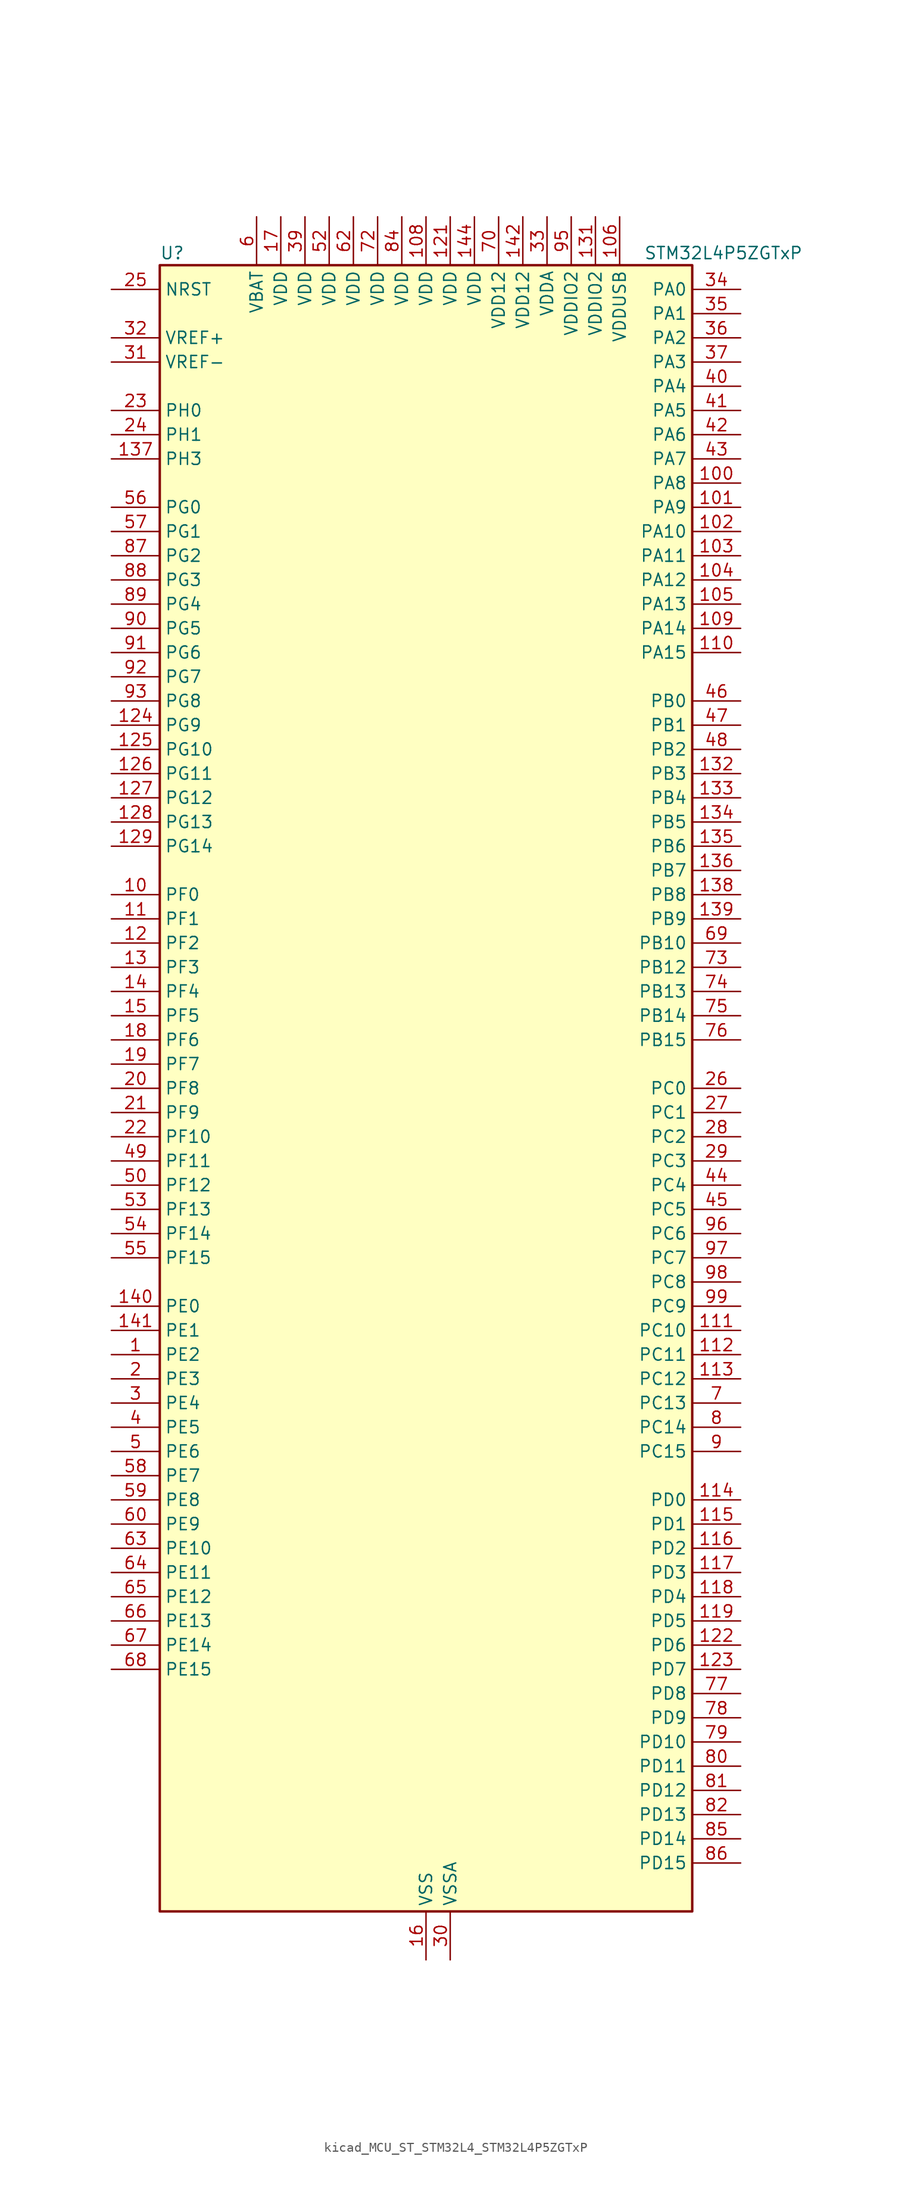
<source format=kicad_sym>
(kicad_symbol_lib
  (version 20220914)
  (generator kicad_symbol_editor)
  (symbol "kicad_MCU_ST_STM32L4_STM32L4P5ZGTxP"
    (property "Reference" "U"
      (at -27.94 87.63 0)
      (effects (font (size 1.27 1.27)) (justify left)))
    (property "Value" "STM32L4P5ZGTxP"
      (at 22.86 87.63 0)
      (effects (font (size 1.27 1.27)) (justify left)))
    (property "ki_locked" ""
      (at 0 0 0)
      (effects (font (size 1.27 1.27))))
    (symbol "kicad_MCU_ST_STM32L4_STM32L4P5ZGTxP_0_1"
      (rectangle (start -27.94 -86.36) (end 27.94 86.36) (stroke (width 0.254) (type default)) (fill (type background))))
    (symbol "kicad_MCU_ST_STM32L4_STM32L4P5ZGTxP_1_1"
      (pin bidirectional line (at -33.02 -27.94 0) (length 5.08) (name "PE2" (effects (font (size 1.27 1.27)))) (number "1" (effects (font (size 1.27 1.27)))) (alternate "FMC_A23" bidirectional line) (alternate "LTDC_R7" bidirectional line) (alternate "SAI1_CK1" bidirectional line) (alternate "SAI1_MCLK_A" bidirectional line) (alternate "SYS_TRACECLK" bidirectional line) (alternate "TIM3_ETR" bidirectional line) (alternate "TSC_G7_IO1" bidirectional line))
      (pin bidirectional line (at -33.02 20.32 0) (length 5.08) (name "PF0" (effects (font (size 1.27 1.27)))) (number "10" (effects (font (size 1.27 1.27)))) (alternate "FMC_A0" bidirectional line) (alternate "I2C2_SDA" bidirectional line) (alternate "OCTOSPIM_P2_IO0" bidirectional line))
      (pin bidirectional line (at 33.02 63.5 180) (length 5.08) (name "PA8" (effects (font (size 1.27 1.27)))) (number "100" (effects (font (size 1.27 1.27)))) (alternate "LPTIM2_OUT" bidirectional line) (alternate "LTDC_B7" bidirectional line) (alternate "RCC_MCO" bidirectional line) (alternate "SAI1_CK2" bidirectional line) (alternate "SAI1_SCK_A" bidirectional line) (alternate "TIM1_CH1" bidirectional line) (alternate "USART1_CK" bidirectional line) (alternate "USB_OTG_FS_SOF" bidirectional line))
      (pin bidirectional line (at 33.02 60.96 180) (length 5.08) (name "PA9" (effects (font (size 1.27 1.27)))) (number "101" (effects (font (size 1.27 1.27)))) (alternate "DAC1_EXTI9" bidirectional line) (alternate "DCMI_D0" bidirectional line) (alternate "LTDC_G7" bidirectional line) (alternate "PSSI_D0" bidirectional line) (alternate "SAI1_FS_A" bidirectional line) (alternate "SPI2_SCK" bidirectional line) (alternate "TIM15_BKIN" bidirectional line) (alternate "TIM1_CH2" bidirectional line) (alternate "USART1_TX" bidirectional line) (alternate "USB_OTG_FS_VBUS" bidirectional line))
      (pin bidirectional line (at 33.02 58.42 180) (length 5.08) (name "PA10" (effects (font (size 1.27 1.27)))) (number "102" (effects (font (size 1.27 1.27)))) (alternate "DCMI_D1" bidirectional line) (alternate "LTDC_G6" bidirectional line) (alternate "PSSI_D1" bidirectional line) (alternate "SAI1_D1" bidirectional line) (alternate "SAI1_SD_A" bidirectional line) (alternate "TIM17_BKIN" bidirectional line) (alternate "TIM1_CH3" bidirectional line) (alternate "USART1_RX" bidirectional line) (alternate "USB_OTG_FS_ID" bidirectional line))
      (pin bidirectional line (at 33.02 55.88 180) (length 5.08) (name "PA11" (effects (font (size 1.27 1.27)))) (number "103" (effects (font (size 1.27 1.27)))) (alternate "ADC1_EXTI11" bidirectional line) (alternate "ADC2_EXTI11" bidirectional line) (alternate "CAN1_RX" bidirectional line) (alternate "LTDC_DE" bidirectional line) (alternate "SPI1_MISO" bidirectional line) (alternate "TIM1_BKIN2" bidirectional line) (alternate "TIM1_CH4" bidirectional line) (alternate "USART1_CTS" bidirectional line) (alternate "USART1_NSS" bidirectional line) (alternate "USB_OTG_FS_DM" bidirectional line))
      (pin bidirectional line (at 33.02 53.34 180) (length 5.08) (name "PA12" (effects (font (size 1.27 1.27)))) (number "104" (effects (font (size 1.27 1.27)))) (alternate "CAN1_TX" bidirectional line) (alternate "LTDC_VSYNC" bidirectional line) (alternate "OCTOSPIM_P2_NCS" bidirectional line) (alternate "SPI1_MOSI" bidirectional line) (alternate "TIM1_ETR" bidirectional line) (alternate "USART1_DE" bidirectional line) (alternate "USART1_RTS" bidirectional line) (alternate "USB_OTG_FS_DP" bidirectional line))
      (pin bidirectional line (at 33.02 50.8 180) (length 5.08) (name "PA13" (effects (font (size 1.27 1.27)))) (number "105" (effects (font (size 1.27 1.27)))) (alternate "IR_OUT" bidirectional line) (alternate "SAI1_SD_B" bidirectional line) (alternate "SYS_JTMS-SWDIO" bidirectional line) (alternate "USB_OTG_FS_NOE" bidirectional line))
      (pin power_in line (at 20.32 91.44 270) (length 5.08) (name "VDDUSB" (effects (font (size 1.27 1.27)))) (number "106" (effects (font (size 1.27 1.27)))))
      (pin passive line (at 0 -91.44 90) (length 5.08) hide (name "VSS" (effects (font (size 1.27 1.27)))) (number "107" (effects (font (size 1.27 1.27)))))
      (pin power_in line (at 0 91.44 270) (length 5.08) (name "VDD" (effects (font (size 1.27 1.27)))) (number "108" (effects (font (size 1.27 1.27)))))
      (pin bidirectional line (at 33.02 48.26 180) (length 5.08) (name "PA14" (effects (font (size 1.27 1.27)))) (number "109" (effects (font (size 1.27 1.27)))) (alternate "I2C1_SMBA" bidirectional line) (alternate "I2C4_SMBA" bidirectional line) (alternate "LPTIM1_OUT" bidirectional line) (alternate "SAI1_FS_B" bidirectional line) (alternate "SYS_JTCK-SWCLK" bidirectional line) (alternate "USB_OTG_FS_SOF" bidirectional line))
      (pin bidirectional line (at -33.02 17.78 0) (length 5.08) (name "PF1" (effects (font (size 1.27 1.27)))) (number "11" (effects (font (size 1.27 1.27)))) (alternate "FMC_A1" bidirectional line) (alternate "I2C2_SCL" bidirectional line) (alternate "OCTOSPIM_P2_IO1" bidirectional line))
      (pin bidirectional line (at 33.02 45.72 180) (length 5.08) (name "PA15" (effects (font (size 1.27 1.27)))) (number "110" (effects (font (size 1.27 1.27)))) (alternate "ADC1_EXTI15" bidirectional line) (alternate "ADC2_EXTI15" bidirectional line) (alternate "LTDC_HSYNC" bidirectional line) (alternate "SAI2_FS_B" bidirectional line) (alternate "SPI1_NSS" bidirectional line) (alternate "SPI3_NSS" bidirectional line) (alternate "SYS_JTDI" bidirectional line) (alternate "TIM2_CH1" bidirectional line) (alternate "TIM2_ETR" bidirectional line) (alternate "TSC_G3_IO1" bidirectional line) (alternate "UART4_DE" bidirectional line) (alternate "UART4_RTS" bidirectional line) (alternate "USART2_RX" bidirectional line) (alternate "USART3_DE" bidirectional line) (alternate "USART3_RTS" bidirectional line))
      (pin bidirectional line (at 33.02 -25.4 180) (length 5.08) (name "PC10" (effects (font (size 1.27 1.27)))) (number "111" (effects (font (size 1.27 1.27)))) (alternate "DCMI_D8" bidirectional line) (alternate "DCMI_VSYNC" bidirectional line) (alternate "PSSI_D8" bidirectional line) (alternate "PSSI_RDY" bidirectional line) (alternate "SAI2_SCK_B" bidirectional line) (alternate "SDMMC1_D2" bidirectional line) (alternate "SPI3_SCK" bidirectional line) (alternate "SYS_TRACED1" bidirectional line) (alternate "TSC_G3_IO2" bidirectional line) (alternate "UART4_TX" bidirectional line) (alternate "USART3_TX" bidirectional line))
      (pin bidirectional line (at 33.02 -27.94 180) (length 5.08) (name "PC11" (effects (font (size 1.27 1.27)))) (number "112" (effects (font (size 1.27 1.27)))) (alternate "ADC1_EXTI11" bidirectional line) (alternate "ADC2_EXTI11" bidirectional line) (alternate "DCMI_D2" bidirectional line) (alternate "DCMI_D4" bidirectional line) (alternate "OCTOSPIM_P1_NCS" bidirectional line) (alternate "PSSI_D2" bidirectional line) (alternate "PSSI_D4" bidirectional line) (alternate "SAI2_MCLK_B" bidirectional line) (alternate "SDMMC1_D3" bidirectional line) (alternate "SPI3_MISO" bidirectional line) (alternate "TSC_G3_IO3" bidirectional line) (alternate "UART4_RX" bidirectional line) (alternate "USART3_RX" bidirectional line))
      (pin bidirectional line (at 33.02 -30.48 180) (length 5.08) (name "PC12" (effects (font (size 1.27 1.27)))) (number "113" (effects (font (size 1.27 1.27)))) (alternate "DCMI_D9" bidirectional line) (alternate "LTDC_R6" bidirectional line) (alternate "PSSI_D9" bidirectional line) (alternate "SAI2_SD_B" bidirectional line) (alternate "SDMMC1_CK" bidirectional line) (alternate "SPI3_MOSI" bidirectional line) (alternate "SYS_TRACED3" bidirectional line) (alternate "TSC_G3_IO4" bidirectional line) (alternate "UART5_TX" bidirectional line) (alternate "USART3_CK" bidirectional line))
      (pin bidirectional line (at 33.02 -43.18 180) (length 5.08) (name "PD0" (effects (font (size 1.27 1.27)))) (number "114" (effects (font (size 1.27 1.27)))) (alternate "CAN1_RX" bidirectional line) (alternate "FMC_D2" bidirectional line) (alternate "FMC_DA2" bidirectional line) (alternate "LTDC_B4" bidirectional line) (alternate "SPI2_NSS" bidirectional line))
      (pin bidirectional line (at 33.02 -45.72 180) (length 5.08) (name "PD1" (effects (font (size 1.27 1.27)))) (number "115" (effects (font (size 1.27 1.27)))) (alternate "CAN1_TX" bidirectional line) (alternate "FMC_D3" bidirectional line) (alternate "FMC_DA3" bidirectional line) (alternate "LTDC_B5" bidirectional line) (alternate "SPI2_SCK" bidirectional line))
      (pin bidirectional line (at 33.02 -48.26 180) (length 5.08) (name "PD2" (effects (font (size 1.27 1.27)))) (number "116" (effects (font (size 1.27 1.27)))) (alternate "DCMI_D11" bidirectional line) (alternate "PSSI_D11" bidirectional line) (alternate "SDMMC1_CMD" bidirectional line) (alternate "SYS_TRACED2" bidirectional line) (alternate "TIM3_ETR" bidirectional line) (alternate "TSC_SYNC" bidirectional line) (alternate "UART5_RX" bidirectional line) (alternate "USART3_DE" bidirectional line) (alternate "USART3_RTS" bidirectional line))
      (pin bidirectional line (at 33.02 -50.8 180) (length 5.08) (name "PD3" (effects (font (size 1.27 1.27)))) (number "117" (effects (font (size 1.27 1.27)))) (alternate "DCMI_D5" bidirectional line) (alternate "DFSDM1_DATIN0" bidirectional line) (alternate "FMC_CLK" bidirectional line) (alternate "LTDC_CLK" bidirectional line) (alternate "OCTOSPIM_P2_NCS" bidirectional line) (alternate "PSSI_D5" bidirectional line) (alternate "SPI2_MISO" bidirectional line) (alternate "SPI2_SCK" bidirectional line) (alternate "USART2_CTS" bidirectional line) (alternate "USART2_NSS" bidirectional line))
      (pin bidirectional line (at 33.02 -53.34 180) (length 5.08) (name "PD4" (effects (font (size 1.27 1.27)))) (number "118" (effects (font (size 1.27 1.27)))) (alternate "DFSDM1_CKIN0" bidirectional line) (alternate "FMC_NOE" bidirectional line) (alternate "OCTOSPIM_P1_IO4" bidirectional line) (alternate "SDMMC2_CKIN" bidirectional line) (alternate "SPI2_MOSI" bidirectional line) (alternate "USART2_DE" bidirectional line) (alternate "USART2_RTS" bidirectional line))
      (pin bidirectional line (at 33.02 -55.88 180) (length 5.08) (name "PD5" (effects (font (size 1.27 1.27)))) (number "119" (effects (font (size 1.27 1.27)))) (alternate "FMC_NWE" bidirectional line) (alternate "OCTOSPIM_P1_IO5" bidirectional line) (alternate "USART2_TX" bidirectional line))
      (pin bidirectional line (at -33.02 15.24 0) (length 5.08) (name "PF2" (effects (font (size 1.27 1.27)))) (number "12" (effects (font (size 1.27 1.27)))) (alternate "FMC_A2" bidirectional line) (alternate "I2C2_SMBA" bidirectional line) (alternate "OCTOSPIM_P2_IO2" bidirectional line))
      (pin passive line (at 0 -91.44 90) (length 5.08) hide (name "VSS" (effects (font (size 1.27 1.27)))) (number "120" (effects (font (size 1.27 1.27)))))
      (pin power_in line (at 2.54 91.44 270) (length 5.08) (name "VDD" (effects (font (size 1.27 1.27)))) (number "121" (effects (font (size 1.27 1.27)))))
      (pin bidirectional line (at 33.02 -58.42 180) (length 5.08) (name "PD6" (effects (font (size 1.27 1.27)))) (number "122" (effects (font (size 1.27 1.27)))) (alternate "DCMI_D10" bidirectional line) (alternate "DFSDM1_DATIN1" bidirectional line) (alternate "FMC_NWAIT" bidirectional line) (alternate "LTDC_DE" bidirectional line) (alternate "OCTOSPIM_P1_IO6" bidirectional line) (alternate "PSSI_D10" bidirectional line) (alternate "SAI1_D1" bidirectional line) (alternate "SAI1_SD_A" bidirectional line) (alternate "SDMMC2_CK" bidirectional line) (alternate "SPI3_MOSI" bidirectional line) (alternate "USART2_RX" bidirectional line))
      (pin bidirectional line (at 33.02 -60.96 180) (length 5.08) (name "PD7" (effects (font (size 1.27 1.27)))) (number "123" (effects (font (size 1.27 1.27)))) (alternate "DFSDM1_CKIN1" bidirectional line) (alternate "FMC_NCE" bidirectional line) (alternate "FMC_NE1" bidirectional line) (alternate "OCTOSPIM_P1_IO7" bidirectional line) (alternate "SDMMC2_CMD" bidirectional line) (alternate "USART2_CK" bidirectional line))
      (pin bidirectional line (at -33.02 38.1 0) (length 5.08) (name "PG9" (effects (font (size 1.27 1.27)))) (number "124" (effects (font (size 1.27 1.27)))) (alternate "DAC1_EXTI9" bidirectional line) (alternate "FMC_NCE" bidirectional line) (alternate "FMC_NE2" bidirectional line) (alternate "OCTOSPIM_P2_IO6" bidirectional line) (alternate "SAI2_SCK_A" bidirectional line) (alternate "SDMMC2_D0" bidirectional line) (alternate "SPI3_SCK" bidirectional line) (alternate "TIM15_CH1N" bidirectional line) (alternate "USART1_TX" bidirectional line))
      (pin bidirectional line (at -33.02 35.56 0) (length 5.08) (name "PG10" (effects (font (size 1.27 1.27)))) (number "125" (effects (font (size 1.27 1.27)))) (alternate "FMC_NE3" bidirectional line) (alternate "LPTIM1_IN1" bidirectional line) (alternate "OCTOSPIM_P2_IO7" bidirectional line) (alternate "SAI2_FS_A" bidirectional line) (alternate "SDMMC2_D1" bidirectional line) (alternate "SPI3_MISO" bidirectional line) (alternate "TIM15_CH1" bidirectional line) (alternate "USART1_RX" bidirectional line))
      (pin bidirectional line (at -33.02 33.02 0) (length 5.08) (name "PG11" (effects (font (size 1.27 1.27)))) (number "126" (effects (font (size 1.27 1.27)))) (alternate "ADC1_EXTI11" bidirectional line) (alternate "ADC2_EXTI11" bidirectional line) (alternate "LPTIM1_IN2" bidirectional line) (alternate "OCTOSPIM_P1_IO5" bidirectional line) (alternate "SAI2_MCLK_A" bidirectional line) (alternate "SDMMC2_D2" bidirectional line) (alternate "SPI3_MOSI" bidirectional line) (alternate "TIM15_CH2" bidirectional line) (alternate "USART1_CTS" bidirectional line) (alternate "USART1_NSS" bidirectional line))
      (pin bidirectional line (at -33.02 30.48 0) (length 5.08) (name "PG12" (effects (font (size 1.27 1.27)))) (number "127" (effects (font (size 1.27 1.27)))) (alternate "FMC_NE4" bidirectional line) (alternate "LPTIM1_ETR" bidirectional line) (alternate "OCTOSPIM_P2_NCS" bidirectional line) (alternate "SAI2_SD_A" bidirectional line) (alternate "SDMMC2_D3" bidirectional line) (alternate "SPI3_NSS" bidirectional line) (alternate "USART1_DE" bidirectional line) (alternate "USART1_RTS" bidirectional line))
      (pin bidirectional line (at -33.02 27.94 0) (length 5.08) (name "PG13" (effects (font (size 1.27 1.27)))) (number "128" (effects (font (size 1.27 1.27)))) (alternate "FMC_A24" bidirectional line) (alternate "I2C1_SDA" bidirectional line) (alternate "LTDC_R0" bidirectional line) (alternate "USART1_CK" bidirectional line))
      (pin bidirectional line (at -33.02 25.4 0) (length 5.08) (name "PG14" (effects (font (size 1.27 1.27)))) (number "129" (effects (font (size 1.27 1.27)))) (alternate "FMC_A25" bidirectional line) (alternate "I2C1_SCL" bidirectional line) (alternate "LTDC_R1" bidirectional line))
      (pin bidirectional line (at -33.02 12.7 0) (length 5.08) (name "PF3" (effects (font (size 1.27 1.27)))) (number "13" (effects (font (size 1.27 1.27)))) (alternate "FMC_A3" bidirectional line) (alternate "OCTOSPIM_P2_IO3" bidirectional line))
      (pin passive line (at 0 -91.44 90) (length 5.08) hide (name "VSS" (effects (font (size 1.27 1.27)))) (number "130" (effects (font (size 1.27 1.27)))))
      (pin power_in line (at 17.78 91.44 270) (length 5.08) (name "VDDIO2" (effects (font (size 1.27 1.27)))) (number "131" (effects (font (size 1.27 1.27)))))
      (pin bidirectional line (at 33.02 33.02 180) (length 5.08) (name "PB3" (effects (font (size 1.27 1.27)))) (number "132" (effects (font (size 1.27 1.27)))) (alternate "COMP2_INM" bidirectional line) (alternate "CRS_SYNC" bidirectional line) (alternate "OCTOSPIM_P1_IO4" bidirectional line) (alternate "SAI1_SCK_B" bidirectional line) (alternate "SDMMC2_D2" bidirectional line) (alternate "SPI1_SCK" bidirectional line) (alternate "SPI3_SCK" bidirectional line) (alternate "SYS_JTDO-SWO" bidirectional line) (alternate "TIM2_CH2" bidirectional line) (alternate "USART1_DE" bidirectional line) (alternate "USART1_RTS" bidirectional line))
      (pin bidirectional line (at 33.02 30.48 180) (length 5.08) (name "PB4" (effects (font (size 1.27 1.27)))) (number "133" (effects (font (size 1.27 1.27)))) (alternate "COMP2_INP" bidirectional line) (alternate "DCMI_D12" bidirectional line) (alternate "I2C3_SDA" bidirectional line) (alternate "OCTOSPIM_P1_IO5" bidirectional line) (alternate "PSSI_D12" bidirectional line) (alternate "SAI1_MCLK_B" bidirectional line) (alternate "SDMMC2_D3" bidirectional line) (alternate "SPI1_MISO" bidirectional line) (alternate "SPI3_MISO" bidirectional line) (alternate "SYS_JTRST" bidirectional line) (alternate "TIM17_BKIN" bidirectional line) (alternate "TIM3_CH1" bidirectional line) (alternate "TSC_G2_IO1" bidirectional line) (alternate "UART5_DE" bidirectional line) (alternate "UART5_RTS" bidirectional line) (alternate "USART1_CTS" bidirectional line) (alternate "USART1_NSS" bidirectional line))
      (pin bidirectional line (at 33.02 27.94 180) (length 5.08) (name "PB5" (effects (font (size 1.27 1.27)))) (number "134" (effects (font (size 1.27 1.27)))) (alternate "COMP2_OUT" bidirectional line) (alternate "DCMI_D10" bidirectional line) (alternate "I2C1_SMBA" bidirectional line) (alternate "LPTIM1_IN1" bidirectional line) (alternate "OCTOSPIM_P1_IO0" bidirectional line) (alternate "PSSI_D10" bidirectional line) (alternate "SAI1_SD_B" bidirectional line) (alternate "SPI1_MOSI" bidirectional line) (alternate "SPI3_MOSI" bidirectional line) (alternate "TIM16_BKIN" bidirectional line) (alternate "TIM3_CH2" bidirectional line) (alternate "TSC_G2_IO2" bidirectional line) (alternate "UART5_CTS" bidirectional line) (alternate "USART1_CK" bidirectional line))
      (pin bidirectional line (at 33.02 25.4 180) (length 5.08) (name "PB6" (effects (font (size 1.27 1.27)))) (number "135" (effects (font (size 1.27 1.27)))) (alternate "COMP2_INP" bidirectional line) (alternate "DCMI_D5" bidirectional line) (alternate "I2C1_SCL" bidirectional line) (alternate "I2C4_SCL" bidirectional line) (alternate "LPTIM1_ETR" bidirectional line) (alternate "LTDC_R6" bidirectional line) (alternate "PSSI_D5" bidirectional line) (alternate "SAI1_FS_B" bidirectional line) (alternate "TIM16_CH1N" bidirectional line) (alternate "TIM4_CH1" bidirectional line) (alternate "TIM8_BKIN2" bidirectional line) (alternate "TSC_G2_IO3" bidirectional line) (alternate "USART1_TX" bidirectional line))
      (pin bidirectional line (at 33.02 22.86 180) (length 5.08) (name "PB7" (effects (font (size 1.27 1.27)))) (number "136" (effects (font (size 1.27 1.27)))) (alternate "COMP2_INM" bidirectional line) (alternate "DCMI_VSYNC" bidirectional line) (alternate "FMC_NL" bidirectional line) (alternate "I2C1_SDA" bidirectional line) (alternate "I2C4_SDA" bidirectional line) (alternate "LPTIM1_IN2" bidirectional line) (alternate "LTDC_VSYNC" bidirectional line) (alternate "PSSI_RDY" bidirectional line) (alternate "SYS_PVD_IN" bidirectional line) (alternate "TIM17_CH1N" bidirectional line) (alternate "TIM4_CH2" bidirectional line) (alternate "TIM8_BKIN" bidirectional line) (alternate "TSC_G2_IO4" bidirectional line) (alternate "UART4_CTS" bidirectional line) (alternate "USART1_RX" bidirectional line))
      (pin bidirectional line (at -33.02 66.04 0) (length 5.08) (name "PH3" (effects (font (size 1.27 1.27)))) (number "137" (effects (font (size 1.27 1.27)))))
      (pin bidirectional line (at 33.02 20.32 180) (length 5.08) (name "PB8" (effects (font (size 1.27 1.27)))) (number "138" (effects (font (size 1.27 1.27)))) (alternate "CAN1_RX" bidirectional line) (alternate "DCMI_D6" bidirectional line) (alternate "DFSDM1_CKOUT" bidirectional line) (alternate "I2C1_SCL" bidirectional line) (alternate "LTDC_DE" bidirectional line) (alternate "PSSI_D6" bidirectional line) (alternate "SAI1_CK1" bidirectional line) (alternate "SAI1_MCLK_A" bidirectional line) (alternate "SDMMC1_CKIN" bidirectional line) (alternate "SDMMC1_D4" bidirectional line) (alternate "SDMMC2_D4" bidirectional line) (alternate "TIM16_CH1" bidirectional line) (alternate "TIM4_CH3" bidirectional line))
      (pin bidirectional line (at 33.02 17.78 180) (length 5.08) (name "PB9" (effects (font (size 1.27 1.27)))) (number "139" (effects (font (size 1.27 1.27)))) (alternate "CAN1_TX" bidirectional line) (alternate "DAC1_EXTI9" bidirectional line) (alternate "DCMI_D7" bidirectional line) (alternate "I2C1_SDA" bidirectional line) (alternate "IR_OUT" bidirectional line) (alternate "PSSI_D7" bidirectional line) (alternate "SAI1_D2" bidirectional line) (alternate "SAI1_FS_A" bidirectional line) (alternate "SDMMC1_CDIR" bidirectional line) (alternate "SDMMC1_D5" bidirectional line) (alternate "SDMMC2_D5" bidirectional line) (alternate "SPI2_NSS" bidirectional line) (alternate "TIM17_CH1" bidirectional line) (alternate "TIM4_CH4" bidirectional line))
      (pin bidirectional line (at -33.02 10.16 0) (length 5.08) (name "PF4" (effects (font (size 1.27 1.27)))) (number "14" (effects (font (size 1.27 1.27)))) (alternate "FMC_A4" bidirectional line) (alternate "OCTOSPIM_P2_CLK" bidirectional line))
      (pin bidirectional line (at -33.02 -22.86 0) (length 5.08) (name "PE0" (effects (font (size 1.27 1.27)))) (number "140" (effects (font (size 1.27 1.27)))) (alternate "DCMI_D2" bidirectional line) (alternate "FMC_NBL0" bidirectional line) (alternate "LTDC_HSYNC" bidirectional line) (alternate "PSSI_D2" bidirectional line) (alternate "TIM16_CH1" bidirectional line) (alternate "TIM4_ETR" bidirectional line))
      (pin bidirectional line (at -33.02 -25.4 0) (length 5.08) (name "PE1" (effects (font (size 1.27 1.27)))) (number "141" (effects (font (size 1.27 1.27)))) (alternate "DCMI_D3" bidirectional line) (alternate "FMC_NBL1" bidirectional line) (alternate "LTDC_VSYNC" bidirectional line) (alternate "PSSI_D3" bidirectional line) (alternate "TIM17_CH1" bidirectional line))
      (pin power_in line (at 10.16 91.44 270) (length 5.08) (name "VDD12" (effects (font (size 1.27 1.27)))) (number "142" (effects (font (size 1.27 1.27)))))
      (pin passive line (at 0 -91.44 90) (length 5.08) hide (name "VSS" (effects (font (size 1.27 1.27)))) (number "143" (effects (font (size 1.27 1.27)))))
      (pin power_in line (at 5.08 91.44 270) (length 5.08) (name "VDD" (effects (font (size 1.27 1.27)))) (number "144" (effects (font (size 1.27 1.27)))))
      (pin bidirectional line (at -33.02 7.62 0) (length 5.08) (name "PF5" (effects (font (size 1.27 1.27)))) (number "15" (effects (font (size 1.27 1.27)))) (alternate "FMC_A5" bidirectional line) (alternate "OCTOSPIM_P2_NCLK" bidirectional line))
      (pin power_in line (at 0 -91.44 90) (length 5.08) (name "VSS" (effects (font (size 1.27 1.27)))) (number "16" (effects (font (size 1.27 1.27)))))
      (pin power_in line (at -15.24 91.44 270) (length 5.08) (name "VDD" (effects (font (size 1.27 1.27)))) (number "17" (effects (font (size 1.27 1.27)))))
      (pin bidirectional line (at -33.02 5.08 0) (length 5.08) (name "PF6" (effects (font (size 1.27 1.27)))) (number "18" (effects (font (size 1.27 1.27)))) (alternate "OCTOSPIM_P1_IO3" bidirectional line) (alternate "SAI1_SD_B" bidirectional line) (alternate "TIM5_CH1" bidirectional line) (alternate "TIM5_ETR" bidirectional line))
      (pin bidirectional line (at -33.02 2.54 0) (length 5.08) (name "PF7" (effects (font (size 1.27 1.27)))) (number "19" (effects (font (size 1.27 1.27)))) (alternate "OCTOSPIM_P1_IO2" bidirectional line) (alternate "SAI1_MCLK_B" bidirectional line) (alternate "TIM5_CH2" bidirectional line))
      (pin bidirectional line (at -33.02 -30.48 0) (length 5.08) (name "PE3" (effects (font (size 1.27 1.27)))) (number "2" (effects (font (size 1.27 1.27)))) (alternate "FMC_A19" bidirectional line) (alternate "LTDC_R6" bidirectional line) (alternate "OCTOSPIM_P1_DQS" bidirectional line) (alternate "SAI1_SD_B" bidirectional line) (alternate "SYS_TRACED0" bidirectional line) (alternate "TIM3_CH1" bidirectional line) (alternate "TSC_G7_IO2" bidirectional line))
      (pin bidirectional line (at -33.02 0 0) (length 5.08) (name "PF8" (effects (font (size 1.27 1.27)))) (number "20" (effects (font (size 1.27 1.27)))) (alternate "OCTOSPIM_P1_IO0" bidirectional line) (alternate "SAI1_SCK_B" bidirectional line) (alternate "TIM5_CH3" bidirectional line))
      (pin bidirectional line (at -33.02 -2.54 0) (length 5.08) (name "PF9" (effects (font (size 1.27 1.27)))) (number "21" (effects (font (size 1.27 1.27)))) (alternate "DAC1_EXTI9" bidirectional line) (alternate "OCTOSPIM_P1_IO1" bidirectional line) (alternate "SAI1_FS_B" bidirectional line) (alternate "TIM15_CH1" bidirectional line) (alternate "TIM5_CH4" bidirectional line))
      (pin bidirectional line (at -33.02 -5.08 0) (length 5.08) (name "PF10" (effects (font (size 1.27 1.27)))) (number "22" (effects (font (size 1.27 1.27)))) (alternate "DCMI_D11" bidirectional line) (alternate "DFSDM1_CKOUT" bidirectional line) (alternate "OCTOSPIM_P1_CLK" bidirectional line) (alternate "PSSI_D11" bidirectional line) (alternate "PSSI_D15" bidirectional line) (alternate "SAI1_D3" bidirectional line) (alternate "TIM15_CH2" bidirectional line))
      (pin bidirectional line (at -33.02 71.12 0) (length 5.08) (name "PH0" (effects (font (size 1.27 1.27)))) (number "23" (effects (font (size 1.27 1.27)))) (alternate "RCC_OSC_IN" bidirectional line))
      (pin bidirectional line (at -33.02 68.58 0) (length 5.08) (name "PH1" (effects (font (size 1.27 1.27)))) (number "24" (effects (font (size 1.27 1.27)))) (alternate "RCC_OSC_OUT" bidirectional line))
      (pin input line (at -33.02 83.82 0) (length 5.08) (name "NRST" (effects (font (size 1.27 1.27)))) (number "25" (effects (font (size 1.27 1.27)))))
      (pin bidirectional line (at 33.02 0 180) (length 5.08) (name "PC0" (effects (font (size 1.27 1.27)))) (number "26" (effects (font (size 1.27 1.27)))) (alternate "ADC1_IN1" bidirectional line) (alternate "ADC2_IN1" bidirectional line) (alternate "I2C3_SCL" bidirectional line) (alternate "LPTIM1_IN1" bidirectional line) (alternate "LPTIM2_IN1" bidirectional line) (alternate "LPUART1_RX" bidirectional line) (alternate "LTDC_DE" bidirectional line) (alternate "SAI2_FS_A" bidirectional line) (alternate "SDMMC1_CMD" bidirectional line) (alternate "SDMMC2_CKIN" bidirectional line))
      (pin bidirectional line (at 33.02 -2.54 180) (length 5.08) (name "PC1" (effects (font (size 1.27 1.27)))) (number "27" (effects (font (size 1.27 1.27)))) (alternate "ADC1_IN2" bidirectional line) (alternate "ADC2_IN2" bidirectional line) (alternate "I2C3_SDA" bidirectional line) (alternate "LPTIM1_OUT" bidirectional line) (alternate "LPUART1_TX" bidirectional line) (alternate "OCTOSPIM_P1_IO4" bidirectional line) (alternate "SAI1_SD_A" bidirectional line) (alternate "SPI2_MOSI" bidirectional line) (alternate "SYS_TRACED0" bidirectional line))
      (pin bidirectional line (at 33.02 -5.08 180) (length 5.08) (name "PC2" (effects (font (size 1.27 1.27)))) (number "28" (effects (font (size 1.27 1.27)))) (alternate "ADC1_IN3" bidirectional line) (alternate "ADC2_IN3" bidirectional line) (alternate "DFSDM1_CKOUT" bidirectional line) (alternate "LPTIM1_IN2" bidirectional line) (alternate "LTDC_HSYNC" bidirectional line) (alternate "OCTOSPIM_P1_IO5" bidirectional line) (alternate "SPI2_MISO" bidirectional line))
      (pin bidirectional line (at 33.02 -7.62 180) (length 5.08) (name "PC3" (effects (font (size 1.27 1.27)))) (number "29" (effects (font (size 1.27 1.27)))) (alternate "ADC1_IN4" bidirectional line) (alternate "ADC2_IN4" bidirectional line) (alternate "LPTIM1_ETR" bidirectional line) (alternate "LPTIM2_ETR" bidirectional line) (alternate "OCTOSPIM_P1_IO6" bidirectional line) (alternate "SAI1_D1" bidirectional line) (alternate "SAI1_SD_A" bidirectional line) (alternate "SPI2_MOSI" bidirectional line))
      (pin bidirectional line (at -33.02 -33.02 0) (length 5.08) (name "PE4" (effects (font (size 1.27 1.27)))) (number "3" (effects (font (size 1.27 1.27)))) (alternate "DCMI_D4" bidirectional line) (alternate "DFSDM1_DATIN3" bidirectional line) (alternate "FMC_A20" bidirectional line) (alternate "LTDC_B7" bidirectional line) (alternate "PSSI_D4" bidirectional line) (alternate "SAI1_D2" bidirectional line) (alternate "SAI1_FS_A" bidirectional line) (alternate "SYS_TRACED1" bidirectional line) (alternate "TIM3_CH2" bidirectional line) (alternate "TSC_G7_IO3" bidirectional line))
      (pin power_in line (at 2.54 -91.44 90) (length 5.08) (name "VSSA" (effects (font (size 1.27 1.27)))) (number "30" (effects (font (size 1.27 1.27)))))
      (pin input line (at -33.02 76.2 0) (length 5.08) (name "VREF-" (effects (font (size 1.27 1.27)))) (number "31" (effects (font (size 1.27 1.27)))))
      (pin input line (at -33.02 78.74 0) (length 5.08) (name "VREF+" (effects (font (size 1.27 1.27)))) (number "32" (effects (font (size 1.27 1.27)))) (alternate "VREFBUF_OUT" bidirectional line))
      (pin power_in line (at 12.7 91.44 270) (length 5.08) (name "VDDA" (effects (font (size 1.27 1.27)))) (number "33" (effects (font (size 1.27 1.27)))))
      (pin bidirectional line (at 33.02 83.82 180) (length 5.08) (name "PA0" (effects (font (size 1.27 1.27)))) (number "34" (effects (font (size 1.27 1.27)))) (alternate "ADC1_IN5" bidirectional line) (alternate "ADC2_IN5" bidirectional line) (alternate "OPAMP1_VINP" bidirectional line) (alternate "RTC_TAMP2" bidirectional line) (alternate "SAI1_EXTCLK" bidirectional line) (alternate "SYS_WKUP1" bidirectional line) (alternate "TIM2_CH1" bidirectional line) (alternate "TIM2_ETR" bidirectional line) (alternate "TIM5_CH1" bidirectional line) (alternate "TIM8_ETR" bidirectional line) (alternate "UART4_TX" bidirectional line) (alternate "USART2_CTS" bidirectional line) (alternate "USART2_NSS" bidirectional line))
      (pin bidirectional line (at 33.02 81.28 180) (length 5.08) (name "PA1" (effects (font (size 1.27 1.27)))) (number "35" (effects (font (size 1.27 1.27)))) (alternate "ADC1_IN6" bidirectional line) (alternate "ADC2_IN6" bidirectional line) (alternate "I2C1_SMBA" bidirectional line) (alternate "OCTOSPIM_P1_DQS" bidirectional line) (alternate "OPAMP1_VINM" bidirectional line) (alternate "SDMMC2_CMD" bidirectional line) (alternate "SPI1_SCK" bidirectional line) (alternate "TIM15_CH1N" bidirectional line) (alternate "TIM2_CH2" bidirectional line) (alternate "TIM5_CH2" bidirectional line) (alternate "UART4_RX" bidirectional line) (alternate "USART2_DE" bidirectional line) (alternate "USART2_RTS" bidirectional line))
      (pin bidirectional line (at 33.02 78.74 180) (length 5.08) (name "PA2" (effects (font (size 1.27 1.27)))) (number "36" (effects (font (size 1.27 1.27)))) (alternate "ADC1_IN7" bidirectional line) (alternate "ADC2_IN7" bidirectional line) (alternate "LPUART1_TX" bidirectional line) (alternate "OCTOSPIM_P1_NCS" bidirectional line) (alternate "RCC_LSCO" bidirectional line) (alternate "SAI2_EXTCLK" bidirectional line) (alternate "SYS_WKUP4" bidirectional line) (alternate "TIM15_CH1" bidirectional line) (alternate "TIM2_CH3" bidirectional line) (alternate "TIM5_CH3" bidirectional line) (alternate "USART2_TX" bidirectional line))
      (pin bidirectional line (at 33.02 76.2 180) (length 5.08) (name "PA3" (effects (font (size 1.27 1.27)))) (number "37" (effects (font (size 1.27 1.27)))) (alternate "ADC1_IN8" bidirectional line) (alternate "ADC2_IN8" bidirectional line) (alternate "LPUART1_RX" bidirectional line) (alternate "OCTOSPIM_P1_CLK" bidirectional line) (alternate "OPAMP1_VOUT" bidirectional line) (alternate "SAI1_CK1" bidirectional line) (alternate "SAI1_MCLK_A" bidirectional line) (alternate "TIM15_CH2" bidirectional line) (alternate "TIM2_CH4" bidirectional line) (alternate "TIM5_CH4" bidirectional line) (alternate "USART2_RX" bidirectional line))
      (pin passive line (at 0 -91.44 90) (length 5.08) hide (name "VSS" (effects (font (size 1.27 1.27)))) (number "38" (effects (font (size 1.27 1.27)))))
      (pin power_in line (at -12.7 91.44 270) (length 5.08) (name "VDD" (effects (font (size 1.27 1.27)))) (number "39" (effects (font (size 1.27 1.27)))))
      (pin bidirectional line (at -33.02 -35.56 0) (length 5.08) (name "PE5" (effects (font (size 1.27 1.27)))) (number "4" (effects (font (size 1.27 1.27)))) (alternate "DCMI_D6" bidirectional line) (alternate "DFSDM1_CKIN3" bidirectional line) (alternate "FMC_A21" bidirectional line) (alternate "LTDC_G7" bidirectional line) (alternate "PSSI_D6" bidirectional line) (alternate "SAI1_CK2" bidirectional line) (alternate "SAI1_SCK_A" bidirectional line) (alternate "SYS_TRACED2" bidirectional line) (alternate "TIM3_CH3" bidirectional line) (alternate "TSC_G7_IO4" bidirectional line))
      (pin bidirectional line (at 33.02 73.66 180) (length 5.08) (name "PA4" (effects (font (size 1.27 1.27)))) (number "40" (effects (font (size 1.27 1.27)))) (alternate "ADC1_IN9" bidirectional line) (alternate "ADC2_IN9" bidirectional line) (alternate "DAC1_OUT1" bidirectional line) (alternate "DCMI_HSYNC" bidirectional line) (alternate "LPTIM2_OUT" bidirectional line) (alternate "LTDC_CLK" bidirectional line) (alternate "OCTOSPIM_P1_NCS" bidirectional line) (alternate "PSSI_DE" bidirectional line) (alternate "SAI1_FS_B" bidirectional line) (alternate "SPI1_NSS" bidirectional line) (alternate "SPI3_NSS" bidirectional line) (alternate "USART2_CK" bidirectional line))
      (pin bidirectional line (at 33.02 71.12 180) (length 5.08) (name "PA5" (effects (font (size 1.27 1.27)))) (number "41" (effects (font (size 1.27 1.27)))) (alternate "ADC1_IN10" bidirectional line) (alternate "ADC2_IN10" bidirectional line) (alternate "DAC1_OUT2" bidirectional line) (alternate "LPTIM2_ETR" bidirectional line) (alternate "LTDC_R7" bidirectional line) (alternate "PSSI_D14" bidirectional line) (alternate "SPI1_SCK" bidirectional line) (alternate "TIM2_CH1" bidirectional line) (alternate "TIM2_ETR" bidirectional line) (alternate "TIM8_CH1N" bidirectional line))
      (pin bidirectional line (at 33.02 68.58 180) (length 5.08) (name "PA6" (effects (font (size 1.27 1.27)))) (number "42" (effects (font (size 1.27 1.27)))) (alternate "ADC1_IN11" bidirectional line) (alternate "ADC2_IN11" bidirectional line) (alternate "DCMI_PIXCLK" bidirectional line) (alternate "LPUART1_CTS" bidirectional line) (alternate "OCTOSPIM_P1_IO3" bidirectional line) (alternate "OPAMP2_VINP" bidirectional line) (alternate "PSSI_PDCK" bidirectional line) (alternate "SPI1_MISO" bidirectional line) (alternate "TIM16_CH1" bidirectional line) (alternate "TIM1_BKIN" bidirectional line) (alternate "TIM3_CH1" bidirectional line) (alternate "TIM8_BKIN" bidirectional line) (alternate "USART3_CTS" bidirectional line) (alternate "USART3_NSS" bidirectional line))
      (pin bidirectional line (at 33.02 66.04 180) (length 5.08) (name "PA7" (effects (font (size 1.27 1.27)))) (number "43" (effects (font (size 1.27 1.27)))) (alternate "ADC1_IN12" bidirectional line) (alternate "ADC2_IN12" bidirectional line) (alternate "I2C3_SCL" bidirectional line) (alternate "OCTOSPIM_P1_IO2" bidirectional line) (alternate "OPAMP2_VINM" bidirectional line) (alternate "SPI1_MOSI" bidirectional line) (alternate "TIM17_CH1" bidirectional line) (alternate "TIM1_CH1N" bidirectional line) (alternate "TIM3_CH2" bidirectional line) (alternate "TIM8_CH1N" bidirectional line))
      (pin bidirectional line (at 33.02 -10.16 180) (length 5.08) (name "PC4" (effects (font (size 1.27 1.27)))) (number "44" (effects (font (size 1.27 1.27)))) (alternate "ADC1_IN13" bidirectional line) (alternate "ADC2_IN13" bidirectional line) (alternate "COMP1_INM" bidirectional line) (alternate "OCTOSPIM_P1_IO7" bidirectional line) (alternate "OCTOSPIM_P2_NCS" bidirectional line) (alternate "USART3_TX" bidirectional line))
      (pin bidirectional line (at 33.02 -12.7 180) (length 5.08) (name "PC5" (effects (font (size 1.27 1.27)))) (number "45" (effects (font (size 1.27 1.27)))) (alternate "ADC1_IN14" bidirectional line) (alternate "ADC2_IN14" bidirectional line) (alternate "COMP1_INP" bidirectional line) (alternate "LTDC_CLK" bidirectional line) (alternate "PSSI_D15" bidirectional line) (alternate "SAI1_D3" bidirectional line) (alternate "SYS_WKUP5" bidirectional line) (alternate "USART3_RX" bidirectional line))
      (pin bidirectional line (at 33.02 40.64 180) (length 5.08) (name "PB0" (effects (font (size 1.27 1.27)))) (number "46" (effects (font (size 1.27 1.27)))) (alternate "ADC1_IN15" bidirectional line) (alternate "ADC2_IN15" bidirectional line) (alternate "COMP1_OUT" bidirectional line) (alternate "LTDC_B6" bidirectional line) (alternate "OCTOSPIM_P1_IO1" bidirectional line) (alternate "OPAMP2_VOUT" bidirectional line) (alternate "SAI1_EXTCLK" bidirectional line) (alternate "SPI1_NSS" bidirectional line) (alternate "TIM1_CH2N" bidirectional line) (alternate "TIM3_CH3" bidirectional line) (alternate "TIM8_CH2N" bidirectional line) (alternate "USART3_CK" bidirectional line))
      (pin bidirectional line (at 33.02 38.1 180) (length 5.08) (name "PB1" (effects (font (size 1.27 1.27)))) (number "47" (effects (font (size 1.27 1.27)))) (alternate "ADC1_IN16" bidirectional line) (alternate "ADC2_IN16" bidirectional line) (alternate "COMP1_INM" bidirectional line) (alternate "DFSDM1_DATIN0" bidirectional line) (alternate "LPTIM2_IN1" bidirectional line) (alternate "LPUART1_DE" bidirectional line) (alternate "LPUART1_RTS" bidirectional line) (alternate "LTDC_G6" bidirectional line) (alternate "OCTOSPIM_P1_IO0" bidirectional line) (alternate "TIM1_CH3N" bidirectional line) (alternate "TIM3_CH4" bidirectional line) (alternate "TIM8_CH3N" bidirectional line) (alternate "USART3_DE" bidirectional line) (alternate "USART3_RTS" bidirectional line))
      (pin bidirectional line (at 33.02 35.56 180) (length 5.08) (name "PB2" (effects (font (size 1.27 1.27)))) (number "48" (effects (font (size 1.27 1.27)))) (alternate "COMP1_INP" bidirectional line) (alternate "DFSDM1_CKIN0" bidirectional line) (alternate "I2C3_SMBA" bidirectional line) (alternate "LPTIM1_OUT" bidirectional line) (alternate "OCTOSPIM_P1_DQS" bidirectional line) (alternate "RTC_OUT2" bidirectional line))
      (pin bidirectional line (at -33.02 -7.62 0) (length 5.08) (name "PF11" (effects (font (size 1.27 1.27)))) (number "49" (effects (font (size 1.27 1.27)))) (alternate "ADC1_EXTI11" bidirectional line) (alternate "ADC2_EXTI11" bidirectional line) (alternate "DCMI_D12" bidirectional line) (alternate "LTDC_DE" bidirectional line) (alternate "OCTOSPIM_P1_NCLK" bidirectional line) (alternate "PSSI_D12" bidirectional line))
      (pin bidirectional line (at -33.02 -38.1 0) (length 5.08) (name "PE6" (effects (font (size 1.27 1.27)))) (number "5" (effects (font (size 1.27 1.27)))) (alternate "DCMI_D7" bidirectional line) (alternate "FMC_A22" bidirectional line) (alternate "LTDC_G6" bidirectional line) (alternate "PSSI_D7" bidirectional line) (alternate "RTC_TAMP3" bidirectional line) (alternate "SAI1_D1" bidirectional line) (alternate "SAI1_SD_A" bidirectional line) (alternate "SYS_TRACED3" bidirectional line) (alternate "SYS_WKUP3" bidirectional line) (alternate "TIM3_CH4" bidirectional line))
      (pin bidirectional line (at -33.02 -10.16 0) (length 5.08) (name "PF12" (effects (font (size 1.27 1.27)))) (number "50" (effects (font (size 1.27 1.27)))) (alternate "FMC_A6" bidirectional line) (alternate "LTDC_B0" bidirectional line) (alternate "OCTOSPIM_P2_DQS" bidirectional line))
      (pin passive line (at 0 -91.44 90) (length 5.08) hide (name "VSS" (effects (font (size 1.27 1.27)))) (number "51" (effects (font (size 1.27 1.27)))))
      (pin power_in line (at -10.16 91.44 270) (length 5.08) (name "VDD" (effects (font (size 1.27 1.27)))) (number "52" (effects (font (size 1.27 1.27)))))
      (pin bidirectional line (at -33.02 -12.7 0) (length 5.08) (name "PF13" (effects (font (size 1.27 1.27)))) (number "53" (effects (font (size 1.27 1.27)))) (alternate "FMC_A7" bidirectional line) (alternate "I2C4_SMBA" bidirectional line) (alternate "LTDC_B1" bidirectional line))
      (pin bidirectional line (at -33.02 -15.24 0) (length 5.08) (name "PF14" (effects (font (size 1.27 1.27)))) (number "54" (effects (font (size 1.27 1.27)))) (alternate "FMC_A8" bidirectional line) (alternate "I2C4_SCL" bidirectional line) (alternate "LTDC_G0" bidirectional line) (alternate "TSC_G8_IO1" bidirectional line))
      (pin bidirectional line (at -33.02 -17.78 0) (length 5.08) (name "PF15" (effects (font (size 1.27 1.27)))) (number "55" (effects (font (size 1.27 1.27)))) (alternate "ADC1_EXTI15" bidirectional line) (alternate "ADC2_EXTI15" bidirectional line) (alternate "FMC_A9" bidirectional line) (alternate "I2C4_SDA" bidirectional line) (alternate "LTDC_G1" bidirectional line) (alternate "TSC_G8_IO2" bidirectional line))
      (pin bidirectional line (at -33.02 60.96 0) (length 5.08) (name "PG0" (effects (font (size 1.27 1.27)))) (number "56" (effects (font (size 1.27 1.27)))) (alternate "FMC_A10" bidirectional line) (alternate "OCTOSPIM_P2_IO4" bidirectional line) (alternate "TSC_G8_IO3" bidirectional line))
      (pin bidirectional line (at -33.02 58.42 0) (length 5.08) (name "PG1" (effects (font (size 1.27 1.27)))) (number "57" (effects (font (size 1.27 1.27)))) (alternate "FMC_A11" bidirectional line) (alternate "OCTOSPIM_P2_IO5" bidirectional line) (alternate "TSC_G8_IO4" bidirectional line))
      (pin bidirectional line (at -33.02 -40.64 0) (length 5.08) (name "PE7" (effects (font (size 1.27 1.27)))) (number "58" (effects (font (size 1.27 1.27)))) (alternate "DFSDM1_DATIN2" bidirectional line) (alternate "FMC_D4" bidirectional line) (alternate "FMC_DA4" bidirectional line) (alternate "LTDC_B6" bidirectional line) (alternate "SAI1_SD_B" bidirectional line) (alternate "TIM1_ETR" bidirectional line))
      (pin bidirectional line (at -33.02 -43.18 0) (length 5.08) (name "PE8" (effects (font (size 1.27 1.27)))) (number "59" (effects (font (size 1.27 1.27)))) (alternate "DFSDM1_CKIN2" bidirectional line) (alternate "FMC_D5" bidirectional line) (alternate "FMC_DA5" bidirectional line) (alternate "LTDC_B7" bidirectional line) (alternate "SAI1_SCK_B" bidirectional line) (alternate "TIM1_CH1N" bidirectional line))
      (pin power_in line (at -17.78 91.44 270) (length 5.08) (name "VBAT" (effects (font (size 1.27 1.27)))) (number "6" (effects (font (size 1.27 1.27)))))
      (pin bidirectional line (at -33.02 -45.72 0) (length 5.08) (name "PE9" (effects (font (size 1.27 1.27)))) (number "60" (effects (font (size 1.27 1.27)))) (alternate "DAC1_EXTI9" bidirectional line) (alternate "DFSDM1_CKOUT" bidirectional line) (alternate "FMC_D6" bidirectional line) (alternate "FMC_DA6" bidirectional line) (alternate "LTDC_G2" bidirectional line) (alternate "OCTOSPIM_P1_NCLK" bidirectional line) (alternate "SAI1_FS_B" bidirectional line) (alternate "TIM1_CH1" bidirectional line))
      (pin passive line (at 0 -91.44 90) (length 5.08) hide (name "VSS" (effects (font (size 1.27 1.27)))) (number "61" (effects (font (size 1.27 1.27)))))
      (pin power_in line (at -7.62 91.44 270) (length 5.08) (name "VDD" (effects (font (size 1.27 1.27)))) (number "62" (effects (font (size 1.27 1.27)))))
      (pin bidirectional line (at -33.02 -48.26 0) (length 5.08) (name "PE10" (effects (font (size 1.27 1.27)))) (number "63" (effects (font (size 1.27 1.27)))) (alternate "FMC_D7" bidirectional line) (alternate "FMC_DA7" bidirectional line) (alternate "LTDC_G3" bidirectional line) (alternate "OCTOSPIM_P1_CLK" bidirectional line) (alternate "SAI1_MCLK_B" bidirectional line) (alternate "TIM1_CH2N" bidirectional line) (alternate "TSC_G5_IO1" bidirectional line))
      (pin bidirectional line (at -33.02 -50.8 0) (length 5.08) (name "PE11" (effects (font (size 1.27 1.27)))) (number "64" (effects (font (size 1.27 1.27)))) (alternate "ADC1_EXTI11" bidirectional line) (alternate "ADC2_EXTI11" bidirectional line) (alternate "FMC_D8" bidirectional line) (alternate "FMC_DA8" bidirectional line) (alternate "LTDC_G4" bidirectional line) (alternate "OCTOSPIM_P1_NCS" bidirectional line) (alternate "TIM1_CH2" bidirectional line) (alternate "TSC_G5_IO2" bidirectional line))
      (pin bidirectional line (at -33.02 -53.34 0) (length 5.08) (name "PE12" (effects (font (size 1.27 1.27)))) (number "65" (effects (font (size 1.27 1.27)))) (alternate "FMC_D9" bidirectional line) (alternate "FMC_DA9" bidirectional line) (alternate "LTDC_G5" bidirectional line) (alternate "OCTOSPIM_P1_IO0" bidirectional line) (alternate "SPI1_NSS" bidirectional line) (alternate "TIM1_CH3N" bidirectional line) (alternate "TSC_G5_IO3" bidirectional line))
      (pin bidirectional line (at -33.02 -55.88 0) (length 5.08) (name "PE13" (effects (font (size 1.27 1.27)))) (number "66" (effects (font (size 1.27 1.27)))) (alternate "FMC_D10" bidirectional line) (alternate "FMC_DA10" bidirectional line) (alternate "LTDC_G6" bidirectional line) (alternate "OCTOSPIM_P1_IO1" bidirectional line) (alternate "SPI1_SCK" bidirectional line) (alternate "TIM1_CH3" bidirectional line) (alternate "TSC_G5_IO4" bidirectional line))
      (pin bidirectional line (at -33.02 -58.42 0) (length 5.08) (name "PE14" (effects (font (size 1.27 1.27)))) (number "67" (effects (font (size 1.27 1.27)))) (alternate "FMC_D11" bidirectional line) (alternate "FMC_DA11" bidirectional line) (alternate "LTDC_G7" bidirectional line) (alternate "OCTOSPIM_P1_IO2" bidirectional line) (alternate "SPI1_MISO" bidirectional line) (alternate "TIM1_BKIN2" bidirectional line) (alternate "TIM1_CH4" bidirectional line))
      (pin bidirectional line (at -33.02 -60.96 0) (length 5.08) (name "PE15" (effects (font (size 1.27 1.27)))) (number "68" (effects (font (size 1.27 1.27)))) (alternate "ADC1_EXTI15" bidirectional line) (alternate "ADC2_EXTI15" bidirectional line) (alternate "FMC_D12" bidirectional line) (alternate "FMC_DA12" bidirectional line) (alternate "LTDC_R2" bidirectional line) (alternate "OCTOSPIM_P1_IO3" bidirectional line) (alternate "SPI1_MOSI" bidirectional line) (alternate "TIM1_BKIN" bidirectional line))
      (pin bidirectional line (at 33.02 15.24 180) (length 5.08) (name "PB10" (effects (font (size 1.27 1.27)))) (number "69" (effects (font (size 1.27 1.27)))) (alternate "COMP1_OUT" bidirectional line) (alternate "I2C2_SCL" bidirectional line) (alternate "I2C4_SCL" bidirectional line) (alternate "LPUART1_RX" bidirectional line) (alternate "OCTOSPIM_P1_CLK" bidirectional line) (alternate "OCTOSPIM_P1_IO3" bidirectional line) (alternate "SAI1_SCK_A" bidirectional line) (alternate "SPI2_SCK" bidirectional line) (alternate "TIM2_CH3" bidirectional line) (alternate "TSC_SYNC" bidirectional line) (alternate "USART3_TX" bidirectional line))
      (pin bidirectional line (at 33.02 -33.02 180) (length 5.08) (name "PC13" (effects (font (size 1.27 1.27)))) (number "7" (effects (font (size 1.27 1.27)))) (alternate "RTC_OUT1" bidirectional line) (alternate "RTC_TAMP1" bidirectional line) (alternate "RTC_TS" bidirectional line) (alternate "SYS_WKUP2" bidirectional line))
      (pin power_in line (at 7.62 91.44 270) (length 5.08) (name "VDD12" (effects (font (size 1.27 1.27)))) (number "70" (effects (font (size 1.27 1.27)))))
      (pin passive line (at 0 -91.44 90) (length 5.08) hide (name "VSS" (effects (font (size 1.27 1.27)))) (number "71" (effects (font (size 1.27 1.27)))))
      (pin power_in line (at -5.08 91.44 270) (length 5.08) (name "VDD" (effects (font (size 1.27 1.27)))) (number "72" (effects (font (size 1.27 1.27)))))
      (pin bidirectional line (at 33.02 12.7 180) (length 5.08) (name "PB12" (effects (font (size 1.27 1.27)))) (number "73" (effects (font (size 1.27 1.27)))) (alternate "DFSDM1_DATIN1" bidirectional line) (alternate "I2C2_SMBA" bidirectional line) (alternate "LPUART1_DE" bidirectional line) (alternate "LPUART1_RTS" bidirectional line) (alternate "OCTOSPIM_P1_NCLK" bidirectional line) (alternate "SAI2_FS_A" bidirectional line) (alternate "SDMMC2_CK" bidirectional line) (alternate "SPI2_NSS" bidirectional line) (alternate "TIM15_BKIN" bidirectional line) (alternate "TIM1_BKIN" bidirectional line) (alternate "TSC_G1_IO1" bidirectional line) (alternate "USART3_CK" bidirectional line))
      (pin bidirectional line (at 33.02 10.16 180) (length 5.08) (name "PB13" (effects (font (size 1.27 1.27)))) (number "74" (effects (font (size 1.27 1.27)))) (alternate "DFSDM1_CKIN1" bidirectional line) (alternate "I2C2_SCL" bidirectional line) (alternate "LPUART1_CTS" bidirectional line) (alternate "OCTOSPIM_P1_IO1" bidirectional line) (alternate "SAI2_SCK_A" bidirectional line) (alternate "SPI2_SCK" bidirectional line) (alternate "TIM15_CH1N" bidirectional line) (alternate "TIM1_CH1N" bidirectional line) (alternate "TSC_G1_IO2" bidirectional line) (alternate "USART3_CTS" bidirectional line) (alternate "USART3_NSS" bidirectional line))
      (pin bidirectional line (at 33.02 7.62 180) (length 5.08) (name "PB14" (effects (font (size 1.27 1.27)))) (number "75" (effects (font (size 1.27 1.27)))) (alternate "DFSDM1_DATIN2" bidirectional line) (alternate "I2C2_SDA" bidirectional line) (alternate "OCTOSPIM_P1_IO6" bidirectional line) (alternate "SAI2_MCLK_A" bidirectional line) (alternate "SDMMC2_D0" bidirectional line) (alternate "SPI2_MISO" bidirectional line) (alternate "TIM15_CH1" bidirectional line) (alternate "TIM1_CH2N" bidirectional line) (alternate "TIM8_CH2N" bidirectional line) (alternate "TSC_G1_IO3" bidirectional line) (alternate "USART3_DE" bidirectional line) (alternate "USART3_RTS" bidirectional line))
      (pin bidirectional line (at 33.02 5.08 180) (length 5.08) (name "PB15" (effects (font (size 1.27 1.27)))) (number "76" (effects (font (size 1.27 1.27)))) (alternate "ADC1_EXTI15" bidirectional line) (alternate "ADC2_EXTI15" bidirectional line) (alternate "DFSDM1_CKIN2" bidirectional line) (alternate "OCTOSPIM_P1_IO7" bidirectional line) (alternate "RTC_REFIN" bidirectional line) (alternate "SAI2_SD_A" bidirectional line) (alternate "SDMMC2_D1" bidirectional line) (alternate "SPI2_MOSI" bidirectional line) (alternate "TIM15_CH2" bidirectional line) (alternate "TIM1_CH3N" bidirectional line) (alternate "TIM8_CH3N" bidirectional line) (alternate "TSC_G1_IO4" bidirectional line))
      (pin bidirectional line (at 33.02 -63.5 180) (length 5.08) (name "PD8" (effects (font (size 1.27 1.27)))) (number "77" (effects (font (size 1.27 1.27)))) (alternate "DCMI_HSYNC" bidirectional line) (alternate "FMC_D13" bidirectional line) (alternate "FMC_DA13" bidirectional line) (alternate "LTDC_R3" bidirectional line) (alternate "PSSI_DE" bidirectional line) (alternate "USART3_TX" bidirectional line))
      (pin bidirectional line (at 33.02 -66.04 180) (length 5.08) (name "PD9" (effects (font (size 1.27 1.27)))) (number "78" (effects (font (size 1.27 1.27)))) (alternate "DAC1_EXTI9" bidirectional line) (alternate "DCMI_PIXCLK" bidirectional line) (alternate "FMC_D14" bidirectional line) (alternate "FMC_DA14" bidirectional line) (alternate "LTDC_R4" bidirectional line) (alternate "PSSI_PDCK" bidirectional line) (alternate "SAI2_MCLK_A" bidirectional line) (alternate "USART3_RX" bidirectional line))
      (pin bidirectional line (at 33.02 -68.58 180) (length 5.08) (name "PD10" (effects (font (size 1.27 1.27)))) (number "79" (effects (font (size 1.27 1.27)))) (alternate "FMC_D15" bidirectional line) (alternate "FMC_DA15" bidirectional line) (alternate "LTDC_R5" bidirectional line) (alternate "SAI2_SCK_A" bidirectional line) (alternate "TSC_G6_IO1" bidirectional line) (alternate "USART3_CK" bidirectional line))
      (pin bidirectional line (at 33.02 -35.56 180) (length 5.08) (name "PC14" (effects (font (size 1.27 1.27)))) (number "8" (effects (font (size 1.27 1.27)))) (alternate "RCC_OSC32_IN" bidirectional line))
      (pin bidirectional line (at 33.02 -71.12 180) (length 5.08) (name "PD11" (effects (font (size 1.27 1.27)))) (number "80" (effects (font (size 1.27 1.27)))) (alternate "ADC1_EXTI11" bidirectional line) (alternate "ADC2_EXTI11" bidirectional line) (alternate "FMC_A16" bidirectional line) (alternate "FMC_CLE" bidirectional line) (alternate "I2C4_SMBA" bidirectional line) (alternate "LPTIM2_ETR" bidirectional line) (alternate "LTDC_R6" bidirectional line) (alternate "SAI2_SD_A" bidirectional line) (alternate "TSC_G6_IO2" bidirectional line) (alternate "USART3_CTS" bidirectional line) (alternate "USART3_NSS" bidirectional line))
      (pin bidirectional line (at 33.02 -73.66 180) (length 5.08) (name "PD12" (effects (font (size 1.27 1.27)))) (number "81" (effects (font (size 1.27 1.27)))) (alternate "FMC_A17" bidirectional line) (alternate "FMC_ALE" bidirectional line) (alternate "I2C4_SCL" bidirectional line) (alternate "LPTIM2_IN1" bidirectional line) (alternate "LTDC_R7" bidirectional line) (alternate "SAI2_FS_A" bidirectional line) (alternate "TIM4_CH1" bidirectional line) (alternate "TSC_G6_IO3" bidirectional line) (alternate "USART3_DE" bidirectional line) (alternate "USART3_RTS" bidirectional line))
      (pin bidirectional line (at 33.02 -76.2 180) (length 5.08) (name "PD13" (effects (font (size 1.27 1.27)))) (number "82" (effects (font (size 1.27 1.27)))) (alternate "FMC_A18" bidirectional line) (alternate "I2C4_SDA" bidirectional line) (alternate "LPTIM2_OUT" bidirectional line) (alternate "TIM4_CH2" bidirectional line) (alternate "TSC_G6_IO4" bidirectional line))
      (pin passive line (at 0 -91.44 90) (length 5.08) hide (name "VSS" (effects (font (size 1.27 1.27)))) (number "83" (effects (font (size 1.27 1.27)))))
      (pin power_in line (at -2.54 91.44 270) (length 5.08) (name "VDD" (effects (font (size 1.27 1.27)))) (number "84" (effects (font (size 1.27 1.27)))))
      (pin bidirectional line (at 33.02 -78.74 180) (length 5.08) (name "PD14" (effects (font (size 1.27 1.27)))) (number "85" (effects (font (size 1.27 1.27)))) (alternate "FMC_D0" bidirectional line) (alternate "FMC_DA0" bidirectional line) (alternate "LTDC_B2" bidirectional line) (alternate "TIM4_CH3" bidirectional line))
      (pin bidirectional line (at 33.02 -81.28 180) (length 5.08) (name "PD15" (effects (font (size 1.27 1.27)))) (number "86" (effects (font (size 1.27 1.27)))) (alternate "ADC1_EXTI15" bidirectional line) (alternate "ADC2_EXTI15" bidirectional line) (alternate "FMC_D1" bidirectional line) (alternate "FMC_DA1" bidirectional line) (alternate "LTDC_B3" bidirectional line) (alternate "TIM4_CH4" bidirectional line))
      (pin bidirectional line (at -33.02 55.88 0) (length 5.08) (name "PG2" (effects (font (size 1.27 1.27)))) (number "87" (effects (font (size 1.27 1.27)))) (alternate "FMC_A12" bidirectional line) (alternate "SAI2_SCK_B" bidirectional line) (alternate "SDMMC2_D4" bidirectional line) (alternate "SPI1_SCK" bidirectional line))
      (pin bidirectional line (at -33.02 53.34 0) (length 5.08) (name "PG3" (effects (font (size 1.27 1.27)))) (number "88" (effects (font (size 1.27 1.27)))) (alternate "FMC_A13" bidirectional line) (alternate "SAI2_FS_B" bidirectional line) (alternate "SDMMC2_D5" bidirectional line) (alternate "SPI1_MISO" bidirectional line))
      (pin bidirectional line (at -33.02 50.8 0) (length 5.08) (name "PG4" (effects (font (size 1.27 1.27)))) (number "89" (effects (font (size 1.27 1.27)))) (alternate "FMC_A14" bidirectional line) (alternate "SAI2_MCLK_B" bidirectional line) (alternate "SDMMC2_D6" bidirectional line) (alternate "SPI1_MOSI" bidirectional line))
      (pin bidirectional line (at 33.02 -38.1 180) (length 5.08) (name "PC15" (effects (font (size 1.27 1.27)))) (number "9" (effects (font (size 1.27 1.27)))) (alternate "ADC1_EXTI15" bidirectional line) (alternate "ADC2_EXTI15" bidirectional line) (alternate "RCC_OSC32_OUT" bidirectional line))
      (pin bidirectional line (at -33.02 48.26 0) (length 5.08) (name "PG5" (effects (font (size 1.27 1.27)))) (number "90" (effects (font (size 1.27 1.27)))) (alternate "FMC_A15" bidirectional line) (alternate "LPUART1_CTS" bidirectional line) (alternate "SAI2_SD_B" bidirectional line) (alternate "SDMMC2_D7" bidirectional line) (alternate "SPI1_NSS" bidirectional line))
      (pin bidirectional line (at -33.02 45.72 0) (length 5.08) (name "PG6" (effects (font (size 1.27 1.27)))) (number "91" (effects (font (size 1.27 1.27)))) (alternate "I2C3_SMBA" bidirectional line) (alternate "LPUART1_DE" bidirectional line) (alternate "LPUART1_RTS" bidirectional line) (alternate "LTDC_R1" bidirectional line) (alternate "OCTOSPIM_P1_DQS" bidirectional line))
      (pin bidirectional line (at -33.02 43.18 0) (length 5.08) (name "PG7" (effects (font (size 1.27 1.27)))) (number "92" (effects (font (size 1.27 1.27)))) (alternate "DFSDM1_CKOUT" bidirectional line) (alternate "FMC_INT" bidirectional line) (alternate "I2C3_SCL" bidirectional line) (alternate "LPUART1_TX" bidirectional line) (alternate "OCTOSPIM_P2_DQS" bidirectional line) (alternate "SAI1_CK1" bidirectional line) (alternate "SAI1_MCLK_A" bidirectional line))
      (pin bidirectional line (at -33.02 40.64 0) (length 5.08) (name "PG8" (effects (font (size 1.27 1.27)))) (number "93" (effects (font (size 1.27 1.27)))) (alternate "I2C3_SDA" bidirectional line) (alternate "LPUART1_RX" bidirectional line))
      (pin passive line (at 0 -91.44 90) (length 5.08) hide (name "VSS" (effects (font (size 1.27 1.27)))) (number "94" (effects (font (size 1.27 1.27)))))
      (pin power_in line (at 15.24 91.44 270) (length 5.08) (name "VDDIO2" (effects (font (size 1.27 1.27)))) (number "95" (effects (font (size 1.27 1.27)))))
      (pin bidirectional line (at 33.02 -15.24 180) (length 5.08) (name "PC6" (effects (font (size 1.27 1.27)))) (number "96" (effects (font (size 1.27 1.27)))) (alternate "DCMI_D0" bidirectional line) (alternate "DFSDM1_CKIN3" bidirectional line) (alternate "LTDC_G7" bidirectional line) (alternate "PSSI_D0" bidirectional line) (alternate "SAI2_MCLK_A" bidirectional line) (alternate "SDMMC1_D0DIR" bidirectional line) (alternate "SDMMC1_D6" bidirectional line) (alternate "SDMMC2_D6" bidirectional line) (alternate "TIM3_CH1" bidirectional line) (alternate "TIM8_CH1" bidirectional line) (alternate "TSC_G4_IO1" bidirectional line))
      (pin bidirectional line (at 33.02 -17.78 180) (length 5.08) (name "PC7" (effects (font (size 1.27 1.27)))) (number "97" (effects (font (size 1.27 1.27)))) (alternate "DCMI_D1" bidirectional line) (alternate "DFSDM1_DATIN3" bidirectional line) (alternate "LTDC_B6" bidirectional line) (alternate "PSSI_D1" bidirectional line) (alternate "SAI2_MCLK_B" bidirectional line) (alternate "SDMMC1_D123DIR" bidirectional line) (alternate "SDMMC1_D7" bidirectional line) (alternate "SDMMC2_D7" bidirectional line) (alternate "TIM3_CH2" bidirectional line) (alternate "TIM8_CH2" bidirectional line) (alternate "TSC_G4_IO2" bidirectional line))
      (pin bidirectional line (at 33.02 -20.32 180) (length 5.08) (name "PC8" (effects (font (size 1.27 1.27)))) (number "98" (effects (font (size 1.27 1.27)))) (alternate "DCMI_D2" bidirectional line) (alternate "PSSI_D2" bidirectional line) (alternate "SDMMC1_D0" bidirectional line) (alternate "TIM3_CH3" bidirectional line) (alternate "TIM8_CH3" bidirectional line) (alternate "TSC_G4_IO3" bidirectional line))
      (pin bidirectional line (at 33.02 -22.86 180) (length 5.08) (name "PC9" (effects (font (size 1.27 1.27)))) (number "99" (effects (font (size 1.27 1.27)))) (alternate "DAC1_EXTI9" bidirectional line) (alternate "DCMI_D3" bidirectional line) (alternate "I2C3_SDA" bidirectional line) (alternate "PSSI_D3" bidirectional line) (alternate "SAI2_EXTCLK" bidirectional line) (alternate "SDMMC1_D1" bidirectional line) (alternate "SYS_TRACED0" bidirectional line) (alternate "TIM3_CH4" bidirectional line) (alternate "TIM8_BKIN2" bidirectional line) (alternate "TIM8_CH4" bidirectional line) (alternate "TSC_G4_IO4" bidirectional line) (alternate "USB_OTG_FS_NOE" bidirectional line)))))
</source>
